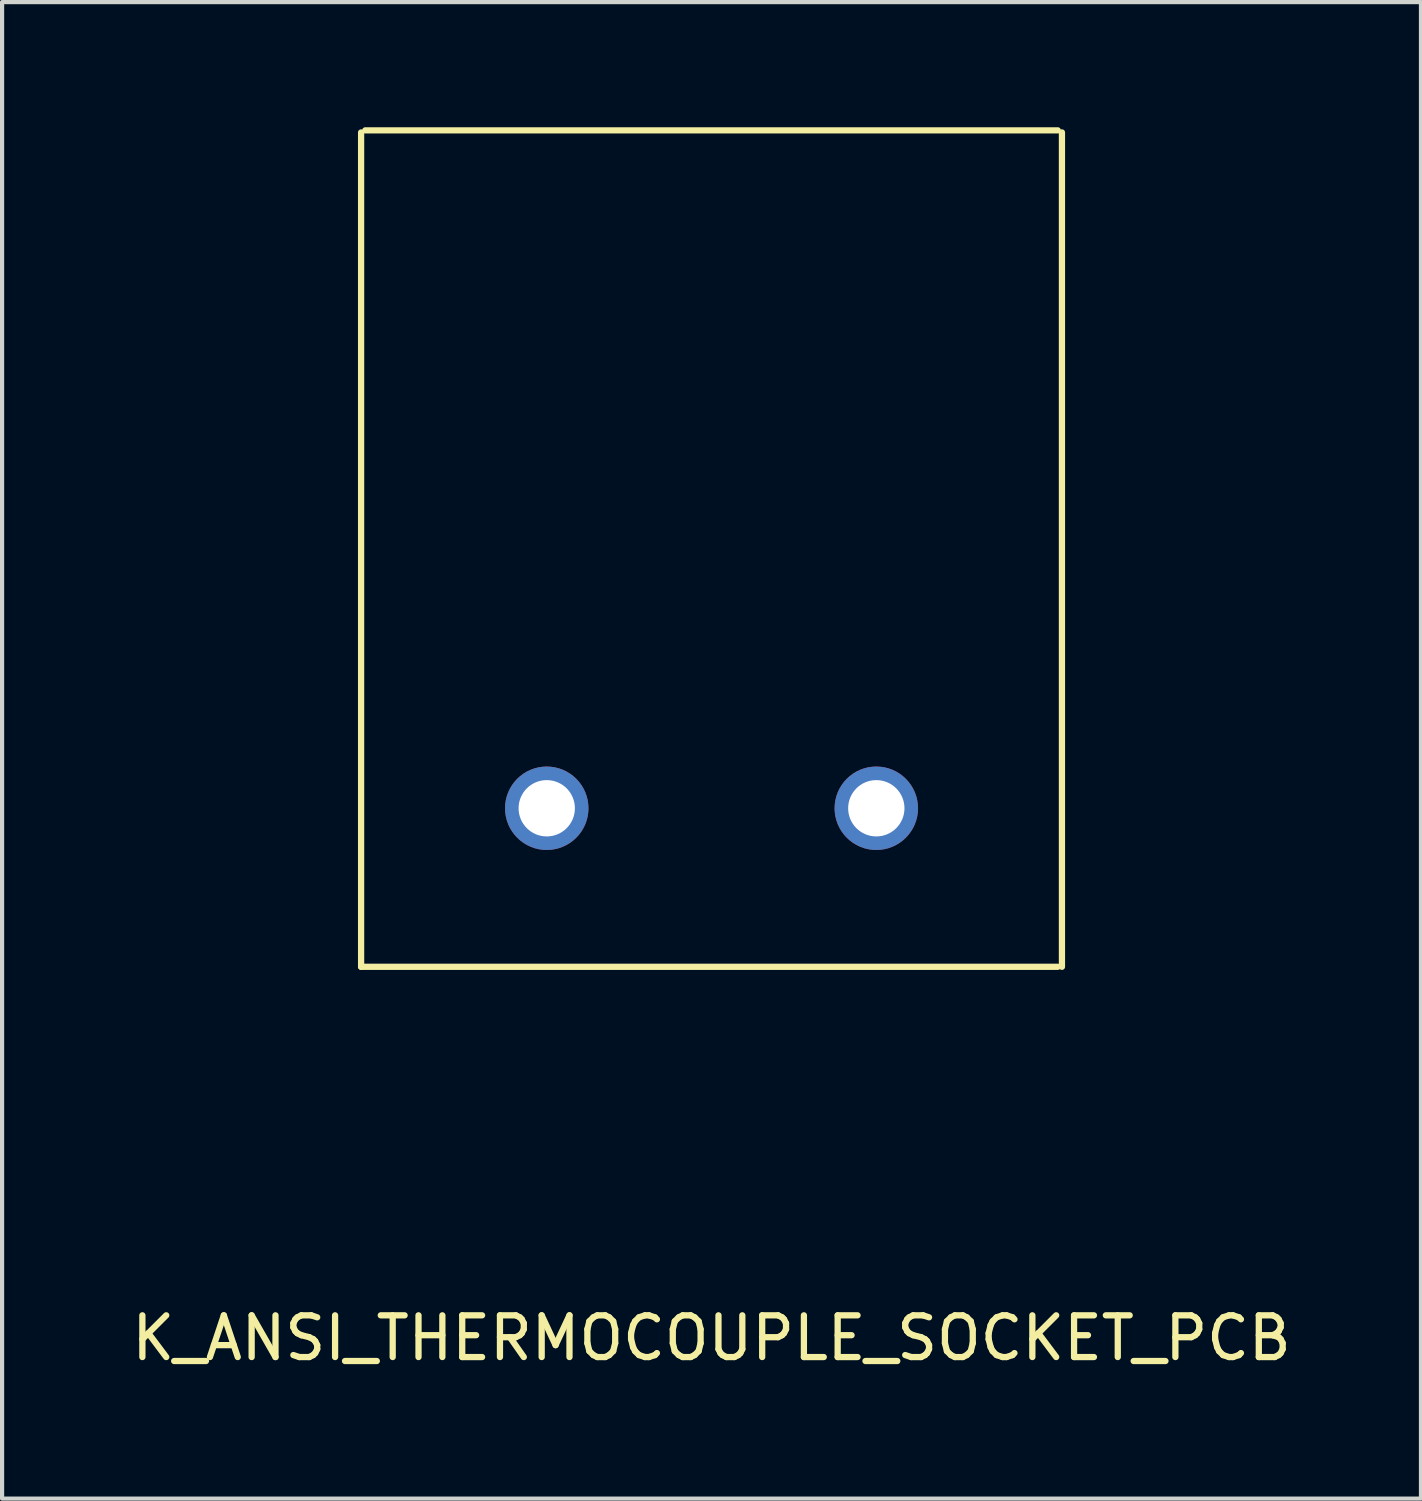
<source format=kicad_pcb>
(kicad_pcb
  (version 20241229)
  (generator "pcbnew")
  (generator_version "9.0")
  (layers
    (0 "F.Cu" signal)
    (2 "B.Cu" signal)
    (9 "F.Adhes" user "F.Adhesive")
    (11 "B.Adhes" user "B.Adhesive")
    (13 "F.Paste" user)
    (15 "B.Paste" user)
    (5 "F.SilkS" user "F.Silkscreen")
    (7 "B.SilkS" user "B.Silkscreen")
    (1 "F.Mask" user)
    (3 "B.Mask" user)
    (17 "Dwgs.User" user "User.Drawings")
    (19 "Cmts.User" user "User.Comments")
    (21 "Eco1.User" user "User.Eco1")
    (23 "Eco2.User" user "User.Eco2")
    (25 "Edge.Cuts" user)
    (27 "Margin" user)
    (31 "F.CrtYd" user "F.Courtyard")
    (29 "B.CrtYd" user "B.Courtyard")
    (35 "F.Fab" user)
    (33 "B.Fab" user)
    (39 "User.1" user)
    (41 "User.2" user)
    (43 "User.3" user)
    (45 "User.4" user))
  (footprint "K_ANSI_THERMOCOUPLE_SOCKET_PCB"
    (layer "F.Cu")
    (at 14.006 16.325)
    (property "Reference" "K_ANSI_THERMOCOUPLE_SOCKET_PCB" (at 0 12.7 0) (layer "F.SilkS") (effects (font (size 1 1) (thickness 0.15))))
    (attr through_hole)
    (fp_line (start -8.4 -16.2) (end -8.4 3.8) (stroke (width 0.15) (type solid)) (layer "F.SilkS"))
    (fp_line (start -8.3 -16.25) (end 8.3 -16.25) (stroke (width 0.15) (type solid)) (layer "F.SilkS"))
    (fp_line (start 8.3 3.8) (end -8.4 3.8) (stroke (width 0.15) (type solid)) (layer "F.SilkS"))
    (fp_line (start 8.4 -16.2) (end 8.4 3.8) (stroke (width 0.15) (type solid)) (layer "F.SilkS"))
    (pad "1" thru_hole circle (at -3.95 0) (size 2 2) (drill 1.35) (layers "*.Cu" "*.Mask"))
    (pad "2" thru_hole circle (at 3.95 0) (size 2 2) (drill 1.35) (layers "*.Cu" "*.Mask")))
  (gr_rect
    (start -3 -3)
    (end 31.012 32.873)
    (stroke (width 0.1) (type default))
    (fill no)
    (layer "Edge.Cuts")))
</source>
